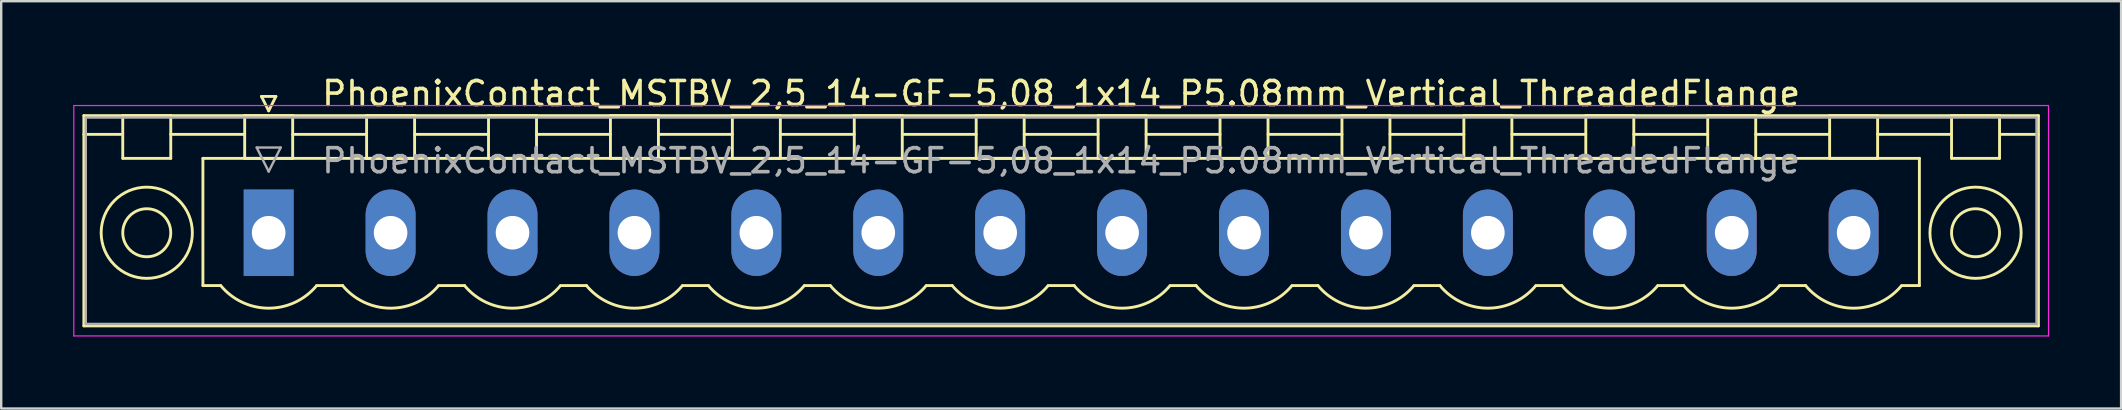
<source format=kicad_pcb>
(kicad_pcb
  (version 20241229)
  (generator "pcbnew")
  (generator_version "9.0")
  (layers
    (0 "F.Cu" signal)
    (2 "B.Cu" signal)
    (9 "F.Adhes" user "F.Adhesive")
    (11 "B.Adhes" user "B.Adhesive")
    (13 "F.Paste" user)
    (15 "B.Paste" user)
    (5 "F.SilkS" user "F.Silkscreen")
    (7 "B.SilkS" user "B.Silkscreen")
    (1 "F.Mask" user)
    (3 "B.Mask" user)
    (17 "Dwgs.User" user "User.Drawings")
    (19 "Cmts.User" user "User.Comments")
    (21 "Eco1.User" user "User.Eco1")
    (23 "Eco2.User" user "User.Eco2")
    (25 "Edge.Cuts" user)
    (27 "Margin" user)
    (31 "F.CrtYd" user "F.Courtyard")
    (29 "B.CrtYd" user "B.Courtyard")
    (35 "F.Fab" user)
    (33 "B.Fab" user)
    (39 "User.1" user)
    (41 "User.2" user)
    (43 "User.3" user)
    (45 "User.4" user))
  (footprint "PhoenixContact_MSTBV_2,5_14-GF-5,08_1x14_P5.08mm_Vertical_ThreadedFlange"
    (layer "F.Cu")
    (at 8.145 6.648)
    (property "Reference" "PhoenixContact_MSTBV_2,5_14-GF-5,08_1x14_P5.08mm_Vertical_ThreadedFlange" (at 33.02 -5.8 0) (layer "F.SilkS") (effects (font (size 1 1) (thickness 0.15))))
    (attr through_hole)
    (fp_line (start -7.7 -4.88) (end -7.7 3.88) (stroke (width 0.12) (type solid)) (layer "F.SilkS"))
    (fp_line (start -7.7 -4.1) (end -6.16 -4.1) (stroke (width 0.12) (type solid)) (layer "F.SilkS"))
    (fp_line (start -7.7 3.88) (end 73.74 3.88) (stroke (width 0.12) (type solid)) (layer "F.SilkS"))
    (fp_line (start -6.08 -4.88) (end -4.08 -4.88) (stroke (width 0.12) (type solid)) (layer "F.SilkS"))
    (fp_line (start -6.08 -3.1) (end -6.08 -4.88) (stroke (width 0.12) (type solid)) (layer "F.SilkS"))
    (fp_line (start -4.08 -4.88) (end -4.08 -3.1) (stroke (width 0.12) (type solid)) (layer "F.SilkS"))
    (fp_line (start -4.08 -4.1) (end -1 -4.1) (stroke (width 0.12) (type solid)) (layer "F.SilkS"))
    (fp_line (start -4.08 -3.1) (end -6.08 -3.1) (stroke (width 0.12) (type solid)) (layer "F.SilkS"))
    (fp_line (start -2.74 -3.1) (end 68.78 -3.1) (stroke (width 0.12) (type solid)) (layer "F.SilkS"))
    (fp_line (start -2.74 2.2) (end -2.74 -3.1) (stroke (width 0.12) (type solid)) (layer "F.SilkS"))
    (fp_line (start -2 2.2) (end -2.74 2.2) (stroke (width 0.12) (type solid)) (layer "F.SilkS"))
    (fp_line (start -1 -4.88) (end 1 -4.88) (stroke (width 0.12) (type solid)) (layer "F.SilkS"))
    (fp_line (start -1 -3.1) (end -1 -4.88) (stroke (width 0.12) (type solid)) (layer "F.SilkS"))
    (fp_line (start -0.3 -5.68) (end 0.3 -5.68) (stroke (width 0.12) (type solid)) (layer "F.SilkS"))
    (fp_line (start 0 -5.08) (end -0.3 -5.68) (stroke (width 0.12) (type solid)) (layer "F.SilkS"))
    (fp_line (start 0.3 -5.68) (end 0 -5.08) (stroke (width 0.12) (type solid)) (layer "F.SilkS"))
    (fp_line (start 1 -4.88) (end 1 -3.1) (stroke (width 0.12) (type solid)) (layer "F.SilkS"))
    (fp_line (start 1 -4.1) (end 4.08 -4.1) (stroke (width 0.12) (type solid)) (layer "F.SilkS"))
    (fp_line (start 1 -3.1) (end -1 -3.1) (stroke (width 0.12) (type solid)) (layer "F.SilkS"))
    (fp_line (start 2 2.2) (end 3.08 2.2) (stroke (width 0.12) (type solid)) (layer "F.SilkS"))
    (fp_line (start 4.08 -4.88) (end 6.08 -4.88) (stroke (width 0.12) (type solid)) (layer "F.SilkS"))
    (fp_line (start 4.08 -3.1) (end 4.08 -4.88) (stroke (width 0.12) (type solid)) (layer "F.SilkS"))
    (fp_line (start 6.08 -4.88) (end 6.08 -3.1) (stroke (width 0.12) (type solid)) (layer "F.SilkS"))
    (fp_line (start 6.08 -4.1) (end 9.16 -4.1) (stroke (width 0.12) (type solid)) (layer "F.SilkS"))
    (fp_line (start 6.08 -3.1) (end 4.08 -3.1) (stroke (width 0.12) (type solid)) (layer "F.SilkS"))
    (fp_line (start 7.08 2.2) (end 8.16 2.2) (stroke (width 0.12) (type solid)) (layer "F.SilkS"))
    (fp_line (start 9.16 -4.88) (end 11.16 -4.88) (stroke (width 0.12) (type solid)) (layer "F.SilkS"))
    (fp_line (start 9.16 -3.1) (end 9.16 -4.88) (stroke (width 0.12) (type solid)) (layer "F.SilkS"))
    (fp_line (start 11.16 -4.88) (end 11.16 -3.1) (stroke (width 0.12) (type solid)) (layer "F.SilkS"))
    (fp_line (start 11.16 -4.1) (end 14.24 -4.1) (stroke (width 0.12) (type solid)) (layer "F.SilkS"))
    (fp_line (start 11.16 -3.1) (end 9.16 -3.1) (stroke (width 0.12) (type solid)) (layer "F.SilkS"))
    (fp_line (start 12.16 2.2) (end 13.24 2.2) (stroke (width 0.12) (type solid)) (layer "F.SilkS"))
    (fp_line (start 14.24 -4.88) (end 16.24 -4.88) (stroke (width 0.12) (type solid)) (layer "F.SilkS"))
    (fp_line (start 14.24 -3.1) (end 14.24 -4.88) (stroke (width 0.12) (type solid)) (layer "F.SilkS"))
    (fp_line (start 16.24 -4.88) (end 16.24 -3.1) (stroke (width 0.12) (type solid)) (layer "F.SilkS"))
    (fp_line (start 16.24 -4.1) (end 19.32 -4.1) (stroke (width 0.12) (type solid)) (layer "F.SilkS"))
    (fp_line (start 16.24 -3.1) (end 14.24 -3.1) (stroke (width 0.12) (type solid)) (layer "F.SilkS"))
    (fp_line (start 17.24 2.2) (end 18.32 2.2) (stroke (width 0.12) (type solid)) (layer "F.SilkS"))
    (fp_line (start 19.32 -4.88) (end 21.32 -4.88) (stroke (width 0.12) (type solid)) (layer "F.SilkS"))
    (fp_line (start 19.32 -3.1) (end 19.32 -4.88) (stroke (width 0.12) (type solid)) (layer "F.SilkS"))
    (fp_line (start 21.32 -4.88) (end 21.32 -3.1) (stroke (width 0.12) (type solid)) (layer "F.SilkS"))
    (fp_line (start 21.32 -4.1) (end 24.4 -4.1) (stroke (width 0.12) (type solid)) (layer "F.SilkS"))
    (fp_line (start 21.32 -3.1) (end 19.32 -3.1) (stroke (width 0.12) (type solid)) (layer "F.SilkS"))
    (fp_line (start 22.32 2.2) (end 23.4 2.2) (stroke (width 0.12) (type solid)) (layer "F.SilkS"))
    (fp_line (start 24.4 -4.88) (end 26.4 -4.88) (stroke (width 0.12) (type solid)) (layer "F.SilkS"))
    (fp_line (start 24.4 -3.1) (end 24.4 -4.88) (stroke (width 0.12) (type solid)) (layer "F.SilkS"))
    (fp_line (start 26.4 -4.88) (end 26.4 -3.1) (stroke (width 0.12) (type solid)) (layer "F.SilkS"))
    (fp_line (start 26.4 -4.1) (end 29.48 -4.1) (stroke (width 0.12) (type solid)) (layer "F.SilkS"))
    (fp_line (start 26.4 -3.1) (end 24.4 -3.1) (stroke (width 0.12) (type solid)) (layer "F.SilkS"))
    (fp_line (start 27.4 2.2) (end 28.48 2.2) (stroke (width 0.12) (type solid)) (layer "F.SilkS"))
    (fp_line (start 29.48 -4.88) (end 31.48 -4.88) (stroke (width 0.12) (type solid)) (layer "F.SilkS"))
    (fp_line (start 29.48 -3.1) (end 29.48 -4.88) (stroke (width 0.12) (type solid)) (layer "F.SilkS"))
    (fp_line (start 31.48 -4.88) (end 31.48 -3.1) (stroke (width 0.12) (type solid)) (layer "F.SilkS"))
    (fp_line (start 31.48 -4.1) (end 34.56 -4.1) (stroke (width 0.12) (type solid)) (layer "F.SilkS"))
    (fp_line (start 31.48 -3.1) (end 29.48 -3.1) (stroke (width 0.12) (type solid)) (layer "F.SilkS"))
    (fp_line (start 32.48 2.2) (end 33.56 2.2) (stroke (width 0.12) (type solid)) (layer "F.SilkS"))
    (fp_line (start 34.56 -4.88) (end 36.56 -4.88) (stroke (width 0.12) (type solid)) (layer "F.SilkS"))
    (fp_line (start 34.56 -3.1) (end 34.56 -4.88) (stroke (width 0.12) (type solid)) (layer "F.SilkS"))
    (fp_line (start 36.56 -4.88) (end 36.56 -3.1) (stroke (width 0.12) (type solid)) (layer "F.SilkS"))
    (fp_line (start 36.56 -4.1) (end 39.64 -4.1) (stroke (width 0.12) (type solid)) (layer "F.SilkS"))
    (fp_line (start 36.56 -3.1) (end 34.56 -3.1) (stroke (width 0.12) (type solid)) (layer "F.SilkS"))
    (fp_line (start 37.56 2.2) (end 38.64 2.2) (stroke (width 0.12) (type solid)) (layer "F.SilkS"))
    (fp_line (start 39.64 -4.88) (end 41.64 -4.88) (stroke (width 0.12) (type solid)) (layer "F.SilkS"))
    (fp_line (start 39.64 -3.1) (end 39.64 -4.88) (stroke (width 0.12) (type solid)) (layer "F.SilkS"))
    (fp_line (start 41.64 -4.88) (end 41.64 -3.1) (stroke (width 0.12) (type solid)) (layer "F.SilkS"))
    (fp_line (start 41.64 -4.1) (end 44.72 -4.1) (stroke (width 0.12) (type solid)) (layer "F.SilkS"))
    (fp_line (start 41.64 -3.1) (end 39.64 -3.1) (stroke (width 0.12) (type solid)) (layer "F.SilkS"))
    (fp_line (start 42.64 2.2) (end 43.72 2.2) (stroke (width 0.12) (type solid)) (layer "F.SilkS"))
    (fp_line (start 44.72 -4.88) (end 46.72 -4.88) (stroke (width 0.12) (type solid)) (layer "F.SilkS"))
    (fp_line (start 44.72 -3.1) (end 44.72 -4.88) (stroke (width 0.12) (type solid)) (layer "F.SilkS"))
    (fp_line (start 46.72 -4.88) (end 46.72 -3.1) (stroke (width 0.12) (type solid)) (layer "F.SilkS"))
    (fp_line (start 46.72 -4.1) (end 49.8 -4.1) (stroke (width 0.12) (type solid)) (layer "F.SilkS"))
    (fp_line (start 46.72 -3.1) (end 44.72 -3.1) (stroke (width 0.12) (type solid)) (layer "F.SilkS"))
    (fp_line (start 47.72 2.2) (end 48.8 2.2) (stroke (width 0.12) (type solid)) (layer "F.SilkS"))
    (fp_line (start 49.8 -4.88) (end 51.8 -4.88) (stroke (width 0.12) (type solid)) (layer "F.SilkS"))
    (fp_line (start 49.8 -3.1) (end 49.8 -4.88) (stroke (width 0.12) (type solid)) (layer "F.SilkS"))
    (fp_line (start 51.8 -4.88) (end 51.8 -3.1) (stroke (width 0.12) (type solid)) (layer "F.SilkS"))
    (fp_line (start 51.8 -4.1) (end 54.88 -4.1) (stroke (width 0.12) (type solid)) (layer "F.SilkS"))
    (fp_line (start 51.8 -3.1) (end 49.8 -3.1) (stroke (width 0.12) (type solid)) (layer "F.SilkS"))
    (fp_line (start 52.8 2.2) (end 53.88 2.2) (stroke (width 0.12) (type solid)) (layer "F.SilkS"))
    (fp_line (start 54.88 -4.88) (end 56.88 -4.88) (stroke (width 0.12) (type solid)) (layer "F.SilkS"))
    (fp_line (start 54.88 -3.1) (end 54.88 -4.88) (stroke (width 0.12) (type solid)) (layer "F.SilkS"))
    (fp_line (start 56.88 -4.88) (end 56.88 -3.1) (stroke (width 0.12) (type solid)) (layer "F.SilkS"))
    (fp_line (start 56.88 -4.1) (end 59.96 -4.1) (stroke (width 0.12) (type solid)) (layer "F.SilkS"))
    (fp_line (start 56.88 -3.1) (end 54.88 -3.1) (stroke (width 0.12) (type solid)) (layer "F.SilkS"))
    (fp_line (start 57.88 2.2) (end 58.96 2.2) (stroke (width 0.12) (type solid)) (layer "F.SilkS"))
    (fp_line (start 59.96 -4.88) (end 61.96 -4.88) (stroke (width 0.12) (type solid)) (layer "F.SilkS"))
    (fp_line (start 59.96 -3.1) (end 59.96 -4.88) (stroke (width 0.12) (type solid)) (layer "F.SilkS"))
    (fp_line (start 61.96 -4.88) (end 61.96 -3.1) (stroke (width 0.12) (type solid)) (layer "F.SilkS"))
    (fp_line (start 61.96 -4.1) (end 65.04 -4.1) (stroke (width 0.12) (type solid)) (layer "F.SilkS"))
    (fp_line (start 61.96 -3.1) (end 59.96 -3.1) (stroke (width 0.12) (type solid)) (layer "F.SilkS"))
    (fp_line (start 62.96 2.2) (end 64.04 2.2) (stroke (width 0.12) (type solid)) (layer "F.SilkS"))
    (fp_line (start 65.04 -4.88) (end 67.04 -4.88) (stroke (width 0.12) (type solid)) (layer "F.SilkS"))
    (fp_line (start 65.04 -3.1) (end 65.04 -4.88) (stroke (width 0.12) (type solid)) (layer "F.SilkS"))
    (fp_line (start 67.04 -4.88) (end 67.04 -3.1) (stroke (width 0.12) (type solid)) (layer "F.SilkS"))
    (fp_line (start 67.04 -4.1) (end 70.12 -4.1) (stroke (width 0.12) (type solid)) (layer "F.SilkS"))
    (fp_line (start 67.04 -3.1) (end 65.04 -3.1) (stroke (width 0.12) (type solid)) (layer "F.SilkS"))
    (fp_line (start 68.78 -3.1) (end 68.78 2.2) (stroke (width 0.12) (type solid)) (layer "F.SilkS"))
    (fp_line (start 68.78 2.2) (end 68.04 2.2) (stroke (width 0.12) (type solid)) (layer "F.SilkS"))
    (fp_line (start 70.12 -4.88) (end 72.12 -4.88) (stroke (width 0.12) (type solid)) (layer "F.SilkS"))
    (fp_line (start 70.12 -3.1) (end 70.12 -4.88) (stroke (width 0.12) (type solid)) (layer "F.SilkS"))
    (fp_line (start 72.12 -4.88) (end 72.12 -3.1) (stroke (width 0.12) (type solid)) (layer "F.SilkS"))
    (fp_line (start 72.12 -3.1) (end 70.12 -3.1) (stroke (width 0.12) (type solid)) (layer "F.SilkS"))
    (fp_line (start 73.74 -4.88) (end -7.7 -4.88) (stroke (width 0.12) (type solid)) (layer "F.SilkS"))
    (fp_line (start 73.74 -4.1) (end 72.2 -4.1) (stroke (width 0.12) (type solid)) (layer "F.SilkS"))
    (fp_line (start 73.74 3.88) (end 73.74 -4.88) (stroke (width 0.12) (type solid)) (layer "F.SilkS"))
    (fp_arc (start 1.986842 2.215821) (mid -0.010289 3.142758) (end -2 2.2) (stroke (width 0.12) (type solid)) (layer "F.SilkS"))
    (fp_arc (start 7.066842 2.215821) (mid 5.069711 3.142758) (end 3.08 2.2) (stroke (width 0.12) (type solid)) (layer "F.SilkS"))
    (fp_arc (start 12.146842 2.215821) (mid 10.149711 3.142758) (end 8.16 2.2) (stroke (width 0.12) (type solid)) (layer "F.SilkS"))
    (fp_arc (start 17.226842 2.215821) (mid 15.229711 3.142758) (end 13.24 2.2) (stroke (width 0.12) (type solid)) (layer "F.SilkS"))
    (fp_arc (start 22.306842 2.215821) (mid 20.309711 3.142758) (end 18.32 2.2) (stroke (width 0.12) (type solid)) (layer "F.SilkS"))
    (fp_arc (start 27.386842 2.215821) (mid 25.389711 3.142758) (end 23.4 2.2) (stroke (width 0.12) (type solid)) (layer "F.SilkS"))
    (fp_arc (start 32.466842 2.215821) (mid 30.469711 3.142758) (end 28.48 2.2) (stroke (width 0.12) (type solid)) (layer "F.SilkS"))
    (fp_arc (start 37.546842 2.215821) (mid 35.549711 3.142758) (end 33.56 2.2) (stroke (width 0.12) (type solid)) (layer "F.SilkS"))
    (fp_arc (start 42.626842 2.215821) (mid 40.629711 3.142758) (end 38.64 2.2) (stroke (width 0.12) (type solid)) (layer "F.SilkS"))
    (fp_arc (start 47.706842 2.215821) (mid 45.709711 3.142758) (end 43.72 2.2) (stroke (width 0.12) (type solid)) (layer "F.SilkS"))
    (fp_arc (start 52.786842 2.215821) (mid 50.789711 3.142758) (end 48.8 2.2) (stroke (width 0.12) (type solid)) (layer "F.SilkS"))
    (fp_arc (start 57.866842 2.215821) (mid 55.869711 3.142758) (end 53.88 2.2) (stroke (width 0.12) (type solid)) (layer "F.SilkS"))
    (fp_arc (start 62.946842 2.215821) (mid 60.949711 3.142758) (end 58.96 2.2) (stroke (width 0.12) (type solid)) (layer "F.SilkS"))
    (fp_arc (start 68.026842 2.215821) (mid 66.029711 3.142758) (end 64.04 2.2) (stroke (width 0.12) (type solid)) (layer "F.SilkS"))
    (fp_circle (center -5.08 0) (end -4.08 0) (stroke (width 0.12) (type solid)) (fill no) (layer "F.SilkS"))
    (fp_circle (center -5.08 0) (end -3.18 0) (stroke (width 0.12) (type solid)) (fill no) (layer "F.SilkS"))
    (fp_circle (center 71.12 0) (end 72.12 0) (stroke (width 0.12) (type solid)) (fill no) (layer "F.SilkS"))
    (fp_circle (center 71.12 0) (end 73.02 0) (stroke (width 0.12) (type solid)) (fill no) (layer "F.SilkS"))
    (fp_line (start -8.12 -5.3) (end -8.12 4.3) (stroke (width 0.05) (type solid)) (layer "F.CrtYd"))
    (fp_line (start -8.12 4.3) (end 74.16 4.3) (stroke (width 0.05) (type solid)) (layer "F.CrtYd"))
    (fp_line (start 74.16 -5.3) (end -8.12 -5.3) (stroke (width 0.05) (type solid)) (layer "F.CrtYd"))
    (fp_line (start 74.16 4.3) (end 74.16 -5.3) (stroke (width 0.05) (type solid)) (layer "F.CrtYd"))
    (fp_line (start -7.62 -4.8) (end -7.62 3.8) (stroke (width 0.1) (type solid)) (layer "F.Fab"))
    (fp_line (start -7.62 3.8) (end 73.66 3.8) (stroke (width 0.1) (type solid)) (layer "F.Fab"))
    (fp_line (start -0.5 -3.55) (end 0.5 -3.55) (stroke (width 0.1) (type solid)) (layer "F.Fab"))
    (fp_line (start 0 -2.55) (end -0.5 -3.55) (stroke (width 0.1) (type solid)) (layer "F.Fab"))
    (fp_line (start 0.5 -3.55) (end 0 -2.55) (stroke (width 0.1) (type solid)) (layer "F.Fab"))
    (fp_line (start 73.66 -4.8) (end -7.62 -4.8) (stroke (width 0.1) (type solid)) (layer "F.Fab"))
    (fp_line (start 73.66 3.8) (end 73.66 -4.8) (stroke (width 0.1) (type solid)) (layer "F.Fab"))
    (fp_text user "${REFERENCE}" (at 33.02 -3 0) (layer "F.Fab") (effects (font (size 1 1) (thickness 0.15))))
    (pad "1" thru_hole rect (at 0 0) (size 2.08 3.6) (drill 1.4) (layers "*.Cu" "*.Mask"))
    (pad "2" thru_hole oval (at 5.08 0) (size 2.08 3.6) (drill 1.4) (layers "*.Cu" "*.Mask"))
    (pad "3" thru_hole oval (at 10.16 0) (size 2.08 3.6) (drill 1.4) (layers "*.Cu" "*.Mask"))
    (pad "4" thru_hole oval (at 15.24 0) (size 2.08 3.6) (drill 1.4) (layers "*.Cu" "*.Mask"))
    (pad "5" thru_hole oval (at 20.32 0) (size 2.08 3.6) (drill 1.4) (layers "*.Cu" "*.Mask"))
    (pad "6" thru_hole oval (at 25.4 0) (size 2.08 3.6) (drill 1.4) (layers "*.Cu" "*.Mask"))
    (pad "7" thru_hole oval (at 30.48 0) (size 2.08 3.6) (drill 1.4) (layers "*.Cu" "*.Mask"))
    (pad "8" thru_hole oval (at 35.56 0) (size 2.08 3.6) (drill 1.4) (layers "*.Cu" "*.Mask"))
    (pad "9" thru_hole oval (at 40.64 0) (size 2.08 3.6) (drill 1.4) (layers "*.Cu" "*.Mask"))
    (pad "10" thru_hole oval (at 45.72 0) (size 2.08 3.6) (drill 1.4) (layers "*.Cu" "*.Mask"))
    (pad "11" thru_hole oval (at 50.8 0) (size 2.08 3.6) (drill 1.4) (layers "*.Cu" "*.Mask"))
    (pad "12" thru_hole oval (at 55.88 0) (size 2.08 3.6) (drill 1.4) (layers "*.Cu" "*.Mask"))
    (pad "13" thru_hole oval (at 60.96 0) (size 2.08 3.6) (drill 1.4) (layers "*.Cu" "*.Mask"))
    (pad "14" thru_hole oval (at 66.04 0) (size 2.08 3.6) (drill 1.4) (layers "*.Cu" "*.Mask")))
  (gr_rect
    (start -3 -3)
    (end 85.33 13.973)
    (stroke (width 0.1) (type default))
    (fill no)
    (layer "Edge.Cuts")))
</source>
